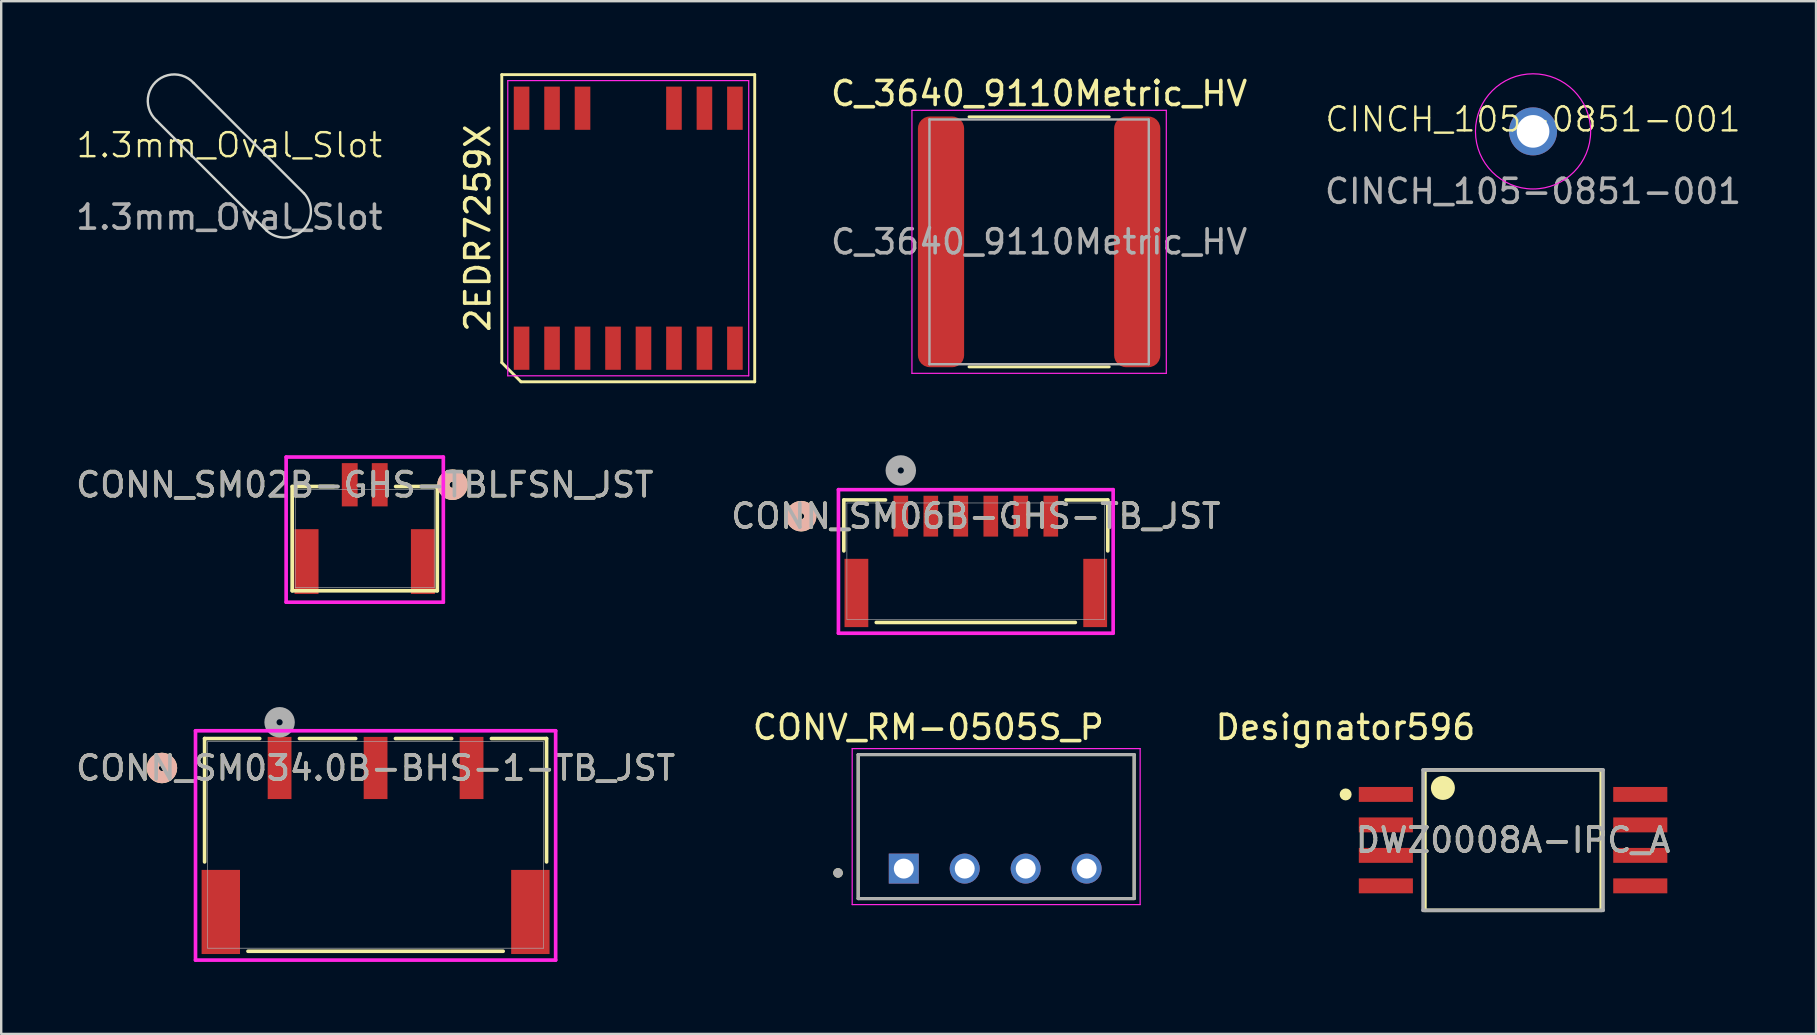
<source format=kicad_pcb>
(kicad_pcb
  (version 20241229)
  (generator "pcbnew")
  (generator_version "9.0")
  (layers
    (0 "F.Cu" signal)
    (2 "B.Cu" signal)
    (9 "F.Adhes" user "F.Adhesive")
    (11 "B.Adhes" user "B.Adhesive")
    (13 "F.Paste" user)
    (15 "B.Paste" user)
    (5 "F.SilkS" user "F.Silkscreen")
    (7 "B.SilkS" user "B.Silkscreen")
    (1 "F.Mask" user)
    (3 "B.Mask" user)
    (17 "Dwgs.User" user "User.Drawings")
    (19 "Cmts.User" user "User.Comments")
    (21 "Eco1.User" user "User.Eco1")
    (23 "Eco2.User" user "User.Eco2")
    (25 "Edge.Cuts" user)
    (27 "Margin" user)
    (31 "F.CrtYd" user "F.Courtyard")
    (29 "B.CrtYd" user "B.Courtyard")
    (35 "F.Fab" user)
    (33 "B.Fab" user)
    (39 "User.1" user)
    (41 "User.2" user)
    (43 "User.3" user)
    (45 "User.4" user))
  (footprint "CONN_SM06B-GHS-TB_JST"
    (layer "F.Cu")
    (at 37.613 20.336)
    (property "Reference" "CONN_SM06B-GHS-TB_JST" (at 0 -1.876 0) (unlocked yes) (layer "F.SilkS") (effects (font (size 1 1) (thickness 0.15))))
    (attr smd)
    (fp_line (start -5.499 -2.553) (end -5.499 -0.43) (stroke (width 0.152) (type solid)) (layer "F.SilkS"))
    (fp_line (start -4.147 2.553) (end 4.147 2.553) (stroke (width 0.152) (type solid)) (layer "F.SilkS"))
    (fp_line (start -3.763 -2.553) (end -5.499 -2.553) (stroke (width 0.152) (type solid)) (layer "F.SilkS"))
    (fp_line (start 5.499 -2.553) (end 3.763 -2.553) (stroke (width 0.152) (type solid)) (layer "F.SilkS"))
    (fp_line (start 5.499 -0.43) (end 5.499 -2.553) (stroke (width 0.152) (type solid)) (layer "F.SilkS"))
    (fp_circle (center -7.277 -1.876) (end -6.896 -1.876) (stroke (width 0.508) (type solid)) (fill no) (layer "F.SilkS"))
    (fp_circle (center -7.277 -1.876) (end -6.896 -1.876) (stroke (width 0.508) (type solid)) (fill no) (layer "B.SilkS"))
    (fp_line (start -5.724 -2.981) (end -5.724 3.001) (stroke (width 0.152) (type solid)) (layer "F.CrtYd"))
    (fp_line (start -5.724 3.001) (end 5.724 3.001) (stroke (width 0.152) (type solid)) (layer "F.CrtYd"))
    (fp_line (start 5.724 -2.981) (end -5.724 -2.981) (stroke (width 0.152) (type solid)) (layer "F.CrtYd"))
    (fp_line (start 5.724 3.001) (end 5.724 -2.981) (stroke (width 0.152) (type solid)) (layer "F.CrtYd"))
    (fp_line (start -5.372 -2.426) (end -5.372 2.426) (stroke (width 0.025) (type solid)) (layer "F.Fab"))
    (fp_line (start -5.372 2.426) (end 5.372 2.426) (stroke (width 0.025) (type solid)) (layer "F.Fab"))
    (fp_line (start 5.372 -2.426) (end -5.372 -2.426) (stroke (width 0.025) (type solid)) (layer "F.Fab"))
    (fp_line (start 5.372 2.426) (end 5.372 -2.426) (stroke (width 0.025) (type solid)) (layer "F.Fab"))
    (fp_circle (center -3.125 -3.781) (end -2.744 -3.781) (stroke (width 0.508) (type solid)) (fill no) (layer "F.Fab"))
    (fp_text user "${REFERENCE}" (at 0 -1.876 0) (unlocked yes) (layer "F.Fab") (effects (font (size 1 1) (thickness 0.15))))
    (pad "1" smd rect (at -3.125 -1.876) (size 0.61 1.702) (layers "F.Cu" "F.Mask" "F.Paste"))
    (pad "2" smd rect (at -1.875 -1.876) (size 0.61 1.702) (layers "F.Cu" "F.Mask" "F.Paste"))
    (pad "3" smd rect (at -0.625 -1.876) (size 0.61 1.702) (layers "F.Cu" "F.Mask" "F.Paste"))
    (pad "4" smd rect (at 0.625 -1.876) (size 0.61 1.702) (layers "F.Cu" "F.Mask" "F.Paste"))
    (pad "5" smd rect (at 1.875 -1.876) (size 0.61 1.702) (layers "F.Cu" "F.Mask" "F.Paste"))
    (pad "6" smd rect (at 3.125 -1.876) (size 0.61 1.702) (layers "F.Cu" "F.Mask" "F.Paste"))
    (pad "7" smd rect (at -4.975 1.324) (size 0.991 2.845) (layers "F.Cu" "F.Mask" "F.Paste"))
    (pad "8" smd rect (at 4.975 1.324) (size 0.991 2.845) (layers "F.Cu" "F.Mask" "F.Paste")))
  (footprint "CINCH_105-0851-001"
    (layer "F.Cu")
    (at 60.835 2.425)
    (property "Reference" "CINCH_105-0851-001" (at 0 -0.5 0) (unlocked yes) (layer "F.SilkS") (effects (font (size 1 1) (thickness 0.1))))
    (attr through_hole)
    (fp_circle (center 0 0) (end 2.4 0) (stroke (width 0.05) (type default)) (fill no) (layer "F.CrtYd"))
    (fp_text user "${REFERENCE}" (at 0 2.5 0) (unlocked yes) (layer "F.Fab") (effects (font (size 1 1) (thickness 0.15))))
    (pad "1" thru_hole circle (at 0 0) (size 2 2) (drill 1.36) (layers "*.Cu" "*.Mask")))
  (footprint "CONN_SM034.0B-BHS-1-TB_JST"
    (layer "F.Cu")
    (at 12.601 32.158)
    (property "Reference" "CONN_SM034.0B-BHS-1-TB_JST" (at 0 -3.205 0) (unlocked yes) (layer "F.SilkS") (effects (font (size 1 1) (thickness 0.15))))
    (attr smd)
    (fp_line (start -7.125 -4.432) (end -7.125 0.709) (stroke (width 0.152) (type solid)) (layer "F.SilkS"))
    (fp_line (start -5.317 4.432) (end 5.317 4.432) (stroke (width 0.152) (type solid)) (layer "F.SilkS"))
    (fp_line (start -4.828 -4.432) (end -7.125 -4.432) (stroke (width 0.152) (type solid)) (layer "F.SilkS"))
    (fp_line (start -0.828 -4.432) (end -3.172 -4.432) (stroke (width 0.152) (type solid)) (layer "F.SilkS"))
    (fp_line (start 3.172 -4.432) (end 0.828 -4.432) (stroke (width 0.152) (type solid)) (layer "F.SilkS"))
    (fp_line (start 7.125 -4.432) (end 4.828 -4.432) (stroke (width 0.152) (type solid)) (layer "F.SilkS"))
    (fp_line (start 7.125 0.709) (end 7.125 -4.432) (stroke (width 0.152) (type solid)) (layer "F.SilkS"))
    (fp_circle (center -8.903 -3.205) (end -8.522 -3.205) (stroke (width 0.508) (type solid)) (fill no) (layer "F.SilkS"))
    (fp_circle (center -8.903 -3.205) (end -8.522 -3.205) (stroke (width 0.508) (type solid)) (fill no) (layer "B.SilkS"))
    (fp_line (start -7.504 -4.755) (end -7.504 4.801) (stroke (width 0.152) (type solid)) (layer "F.CrtYd"))
    (fp_line (start -7.504 4.801) (end 7.504 4.801) (stroke (width 0.152) (type solid)) (layer "F.CrtYd"))
    (fp_line (start 7.504 -4.755) (end -7.504 -4.755) (stroke (width 0.152) (type solid)) (layer "F.CrtYd"))
    (fp_line (start 7.504 4.801) (end 7.504 -4.755) (stroke (width 0.152) (type solid)) (layer "F.CrtYd"))
    (fp_line (start -6.998 -4.305) (end -6.998 4.305) (stroke (width 0.025) (type solid)) (layer "F.Fab"))
    (fp_line (start -6.998 4.305) (end 6.998 4.305) (stroke (width 0.025) (type solid)) (layer "F.Fab"))
    (fp_line (start 6.998 -4.305) (end -6.998 -4.305) (stroke (width 0.025) (type solid)) (layer "F.Fab"))
    (fp_line (start 6.998 4.305) (end 6.998 -4.305) (stroke (width 0.025) (type solid)) (layer "F.Fab"))
    (fp_circle (center -4 -5.11) (end -3.619 -5.11) (stroke (width 0.508) (type solid)) (fill no) (layer "F.Fab"))
    (fp_text user "${REFERENCE}" (at 0 -3.205 0) (unlocked yes) (layer "F.Fab") (effects (font (size 1 1) (thickness 0.15))))
    (pad "1" smd rect (at -4 -3.205) (size 0.991 2.591) (layers "F.Cu" "F.Mask" "F.Paste"))
    (pad "2" smd rect (at 0 -3.205) (size 0.991 2.591) (layers "F.Cu" "F.Mask" "F.Paste"))
    (pad "3" smd rect (at 4 -3.205) (size 0.991 2.591) (layers "F.Cu" "F.Mask" "F.Paste"))
    (pad "4" smd rect (at -6.45 2.795) (size 1.6 3.505) (layers "F.Cu" "F.Mask" "F.Paste"))
    (pad "5" smd rect (at 6.45 2.795) (size 1.6 3.505) (layers "F.Cu" "F.Mask" "F.Paste")))
  (footprint "2EDR7259X"
    (layer "F.Cu")
    (at 23.13 6.46)
    (property "Reference" "2EDR7259X" (at -6.27 0 90) (layer "F.SilkS") (effects (font (size 1 1) (thickness 0.15))))
    (attr smd)
    (fp_line (start -5.27 -6.4) (end 5.27 -6.4) (stroke (width 0.12) (type default)) (layer "F.SilkS"))
    (fp_line (start -5.27 5.6) (end -5.27 -6.4) (stroke (width 0.12) (type default)) (layer "F.SilkS"))
    (fp_line (start -4.47 6.4) (end -5.27 5.6) (stroke (width 0.12) (type default)) (layer "F.SilkS"))
    (fp_line (start 5.27 -6.4) (end 5.27 6.4) (stroke (width 0.12) (type default)) (layer "F.SilkS"))
    (fp_line (start 5.27 6.4) (end -4.47 6.4) (stroke (width 0.12) (type default)) (layer "F.SilkS"))
    (fp_line (start -5.02 -6.15) (end 5.02 -6.15) (stroke (width 0.05) (type default)) (layer "F.CrtYd"))
    (fp_line (start -5.02 6.15) (end -5.02 -6.15) (stroke (width 0.05) (type default)) (layer "F.CrtYd"))
    (fp_line (start 5.02 -6.15) (end 5.02 6.15) (stroke (width 0.05) (type default)) (layer "F.CrtYd"))
    (fp_line (start 5.02 6.15) (end -5.02 6.15) (stroke (width 0.05) (type default)) (layer "F.CrtYd"))
    (pad "1" smd rect (at -4.445 5) (size 0.65 1.8) (layers "F.Cu" "F.Mask" "F.Paste"))
    (pad "2" smd rect (at -3.175 5) (size 0.65 1.8) (layers "F.Cu" "F.Mask" "F.Paste"))
    (pad "3" smd rect (at -1.905 5) (size 0.65 1.8) (layers "F.Cu" "F.Mask" "F.Paste"))
    (pad "4" smd rect (at -0.635 5) (size 0.65 1.8) (layers "F.Cu" "F.Mask" "F.Paste"))
    (pad "5" smd rect (at 0.635 5) (size 0.65 1.8) (layers "F.Cu" "F.Mask" "F.Paste"))
    (pad "6" smd rect (at 1.905 5) (size 0.65 1.8) (layers "F.Cu" "F.Mask" "F.Paste"))
    (pad "7" smd rect (at 3.175 5) (size 0.65 1.8) (layers "F.Cu" "F.Mask" "F.Paste"))
    (pad "8" smd rect (at 4.445 5) (size 0.65 1.8) (layers "F.Cu" "F.Mask" "F.Paste"))
    (pad "9" smd rect (at 4.445 -5) (size 0.65 1.8) (layers "F.Cu" "F.Mask" "F.Paste"))
    (pad "10" smd rect (at 3.175 -5) (size 0.65 1.8) (layers "F.Cu" "F.Mask" "F.Paste"))
    (pad "11" smd rect (at 1.905 -5) (size 0.65 1.8) (layers "F.Cu" "F.Mask" "F.Paste"))
    (pad "12" smd rect (at -1.905 -5) (size 0.65 1.8) (layers "F.Cu" "F.Mask" "F.Paste"))
    (pad "13" smd rect (at -3.175 -5) (size 0.65 1.8) (layers "F.Cu" "F.Mask" "F.Paste"))
    (pad "14" smd rect (at -4.445 -5) (size 0.65 1.8) (layers "F.Cu" "F.Mask" "F.Paste")))
  (footprint "C_3640_9110Metric_HV"
    (layer "F.Cu")
    (at 40.252 7.028)
    (property "Reference" "C_3640_9110Metric_HV" (at 0 -6.18 0) (layer "F.SilkS") (effects (font (size 1 1) (thickness 0.15))))
    (attr smd)
    (fp_line (start -2.922 -5.21) (end 2.922 -5.21) (stroke (width 0.12) (type solid)) (layer "F.SilkS"))
    (fp_line (start -2.922 5.21) (end 2.922 5.21) (stroke (width 0.12) (type solid)) (layer "F.SilkS"))
    (fp_line (start -5.3 -5.48) (end 5.3 -5.48) (stroke (width 0.05) (type solid)) (layer "F.CrtYd"))
    (fp_line (start -5.3 5.48) (end -5.3 -5.48) (stroke (width 0.05) (type solid)) (layer "F.CrtYd"))
    (fp_line (start 5.3 -5.48) (end 5.3 5.48) (stroke (width 0.05) (type solid)) (layer "F.CrtYd"))
    (fp_line (start 5.3 5.48) (end -5.3 5.48) (stroke (width 0.05) (type solid)) (layer "F.CrtYd"))
    (fp_line (start -4.57 -5.1) (end 4.57 -5.1) (stroke (width 0.1) (type solid)) (layer "F.Fab"))
    (fp_line (start -4.57 5.1) (end -4.57 -5.1) (stroke (width 0.1) (type solid)) (layer "F.Fab"))
    (fp_line (start 4.57 -5.1) (end 4.57 5.1) (stroke (width 0.1) (type solid)) (layer "F.Fab"))
    (fp_line (start 4.57 5.1) (end -4.57 5.1) (stroke (width 0.1) (type solid)) (layer "F.Fab"))
    (fp_text user "${REFERENCE}" (at 0 0 0) (layer "F.Fab") (effects (font (size 1 1) (thickness 0.15))))
    (pad "1" smd roundrect (at -4.088 0) (size 1.925 10.45) (layers "F.Cu" "F.Mask" "F.Paste") (roundrect_rratio 0.26))
    (pad "2" smd roundrect (at 4.088 0) (size 1.925 10.45) (layers "F.Cu" "F.Mask" "F.Paste") (roundrect_rratio 0.26)))
  (footprint "1.3mm_Oval_Slot"
    (layer "F.Cu")
    (at 6.506 3.499)
    (property "Reference" "1.3mm_Oval_Slot" (at 0 -0.5 0) (unlocked yes) (layer "F.SilkS") (effects (font (size 1 1) (thickness 0.1))))
    (fp_line (start -3.041 -1.535) (end 1.556 3.061) (stroke (width 0.1) (type default)) (layer "Edge.Cuts"))
    (fp_line (start -1.485 -3.091) (end 3.111 1.506) (stroke (width 0.1) (type default)) (layer "Edge.Cuts"))
    (fp_arc (start -3.040559 -1.534926) (mid -3.076717 -3.126717) (end -1.484926 -3.090559) (stroke (width 0.1) (type default)) (layer "Edge.Cuts"))
    (fp_arc (start 3.111268 1.505635) (mid 3.076717 3.026717) (end 1.555635 3.061268) (stroke (width 0.1) (type default)) (layer "Edge.Cuts"))
    (fp_text user "${REFERENCE}" (at 0 2.5 0) (unlocked yes) (layer "F.Fab") (effects (font (size 1 1) (thickness 0.15)))))
  (footprint "CONV_RM-0505S_P"
    (layer "F.Cu")
    (at 38.462 31.396)
    (property "Reference" "CONV_RM-0505S_P" (at -2.825 -4.135 0) (layer "F.SilkS") (effects (font (size 1 1) (thickness 0.15))))
    (attr through_hole)
    (fp_line (start -5.75 -3) (end 5.75 -3) (stroke (width 0.127) (type solid)) (layer "F.SilkS"))
    (fp_line (start -5.75 3) (end -5.75 -3) (stroke (width 0.127) (type solid)) (layer "F.SilkS"))
    (fp_line (start 5.75 -3) (end 5.75 3) (stroke (width 0.127) (type solid)) (layer "F.SilkS"))
    (fp_line (start 5.75 3) (end -5.75 3) (stroke (width 0.127) (type solid)) (layer "F.SilkS"))
    (fp_circle (center -6.59 1.93) (end -6.49 1.93) (stroke (width 0.2) (type solid)) (fill no) (layer "F.SilkS"))
    (fp_line (start -6 -3.25) (end 6 -3.25) (stroke (width 0.05) (type solid)) (layer "F.CrtYd"))
    (fp_line (start -6 3.25) (end -6 -3.25) (stroke (width 0.05) (type solid)) (layer "F.CrtYd"))
    (fp_line (start 6 -3.25) (end 6 3.25) (stroke (width 0.05) (type solid)) (layer "F.CrtYd"))
    (fp_line (start 6 3.25) (end -6 3.25) (stroke (width 0.05) (type solid)) (layer "F.CrtYd"))
    (fp_line (start -5.75 -3) (end -5.75 3) (stroke (width 0.127) (type solid)) (layer "F.Fab"))
    (fp_line (start -5.75 3) (end 5.75 3) (stroke (width 0.127) (type solid)) (layer "F.Fab"))
    (fp_line (start 5.75 -3) (end -5.75 -3) (stroke (width 0.127) (type solid)) (layer "F.Fab"))
    (fp_line (start 5.75 3) (end 5.75 -3) (stroke (width 0.127) (type solid)) (layer "F.Fab"))
    (fp_circle (center -6.59 1.93) (end -6.49 1.93) (stroke (width 0.2) (type solid)) (fill no) (layer "F.Fab"))
    (pad "1" thru_hole rect (at -3.85 1.75) (size 1.25 1.25) (drill 0.83) (layers "*.Cu" "*.Mask"))
    (pad "2" thru_hole circle (at -1.31 1.75) (size 1.25 1.25) (drill 0.83) (layers "*.Cu" "*.Mask"))
    (pad "3" thru_hole circle (at 1.23 1.75) (size 1.25 1.25) (drill 0.83) (layers "*.Cu" "*.Mask"))
    (pad "4" thru_hole circle (at 3.77 1.75) (size 1.25 1.25) (drill 0.83) (layers "*.Cu" "*.Mask")))
  (footprint "CONN_SM02B-GHS-TBLFSN_JST"
    (layer "F.Cu")
    (at 12.149 19.396)
    (property "Reference" "CONN_SM02B-GHS-TBLFSN_JST" (at 0 -2.245 0) (unlocked yes) (layer "F.SilkS") (effects (font (size 1 1) (thickness 0.15))))
    (attr smd)
    (fp_line (start -3.023 -2.172) (end -3.023 2.172) (stroke (width 0.152) (type solid)) (layer "F.SilkS"))
    (fp_line (start -3.023 2.172) (end 3.023 2.172) (stroke (width 0.152) (type solid)) (layer "F.SilkS"))
    (fp_line (start -1.288 -2.172) (end -3.023 -2.172) (stroke (width 0.152) (type solid)) (layer "F.SilkS"))
    (fp_line (start 3.023 -2.172) (end 1.288 -2.172) (stroke (width 0.152) (type solid)) (layer "F.SilkS"))
    (fp_line (start 3.023 2.172) (end 3.023 -2.172) (stroke (width 0.152) (type solid)) (layer "F.SilkS"))
    (fp_circle (center 3.658 -2.245) (end 4.039 -2.245) (stroke (width 0.508) (type solid)) (fill no) (layer "F.SilkS"))
    (fp_circle (center 3.658 -2.245) (end 4.039 -2.245) (stroke (width 0.508) (type solid)) (fill no) (layer "B.SilkS"))
    (fp_line (start -3.275 -3.4) (end -3.275 2.649) (stroke (width 0.152) (type solid)) (layer "F.CrtYd"))
    (fp_line (start -3.275 2.649) (end 3.275 2.649) (stroke (width 0.152) (type solid)) (layer "F.CrtYd"))
    (fp_line (start 3.275 -3.4) (end -3.275 -3.4) (stroke (width 0.152) (type solid)) (layer "F.CrtYd"))
    (fp_line (start 3.275 2.649) (end 3.275 -3.4) (stroke (width 0.152) (type solid)) (layer "F.CrtYd"))
    (fp_line (start -2.896 -2.045) (end -2.896 2.045) (stroke (width 0.025) (type solid)) (layer "F.Fab"))
    (fp_line (start -2.896 2.045) (end 2.896 2.045) (stroke (width 0.025) (type solid)) (layer "F.Fab"))
    (fp_line (start 2.896 -2.045) (end -2.896 -2.045) (stroke (width 0.025) (type solid)) (layer "F.Fab"))
    (fp_line (start 2.896 2.045) (end 2.896 -2.045) (stroke (width 0.025) (type solid)) (layer "F.Fab"))
    (fp_text user "${REFERENCE}" (at 0 -2.245 0) (unlocked yes) (layer "F.Fab") (effects (font (size 1 1) (thickness 0.15))))
    (pad "" smd rect (at -2.425 0.955) (size 1 2.7) (layers "F.Cu" "F.Mask" "F.Paste"))
    (pad "" smd rect (at 2.425 0.955) (size 1 2.7) (layers "F.Cu" "F.Mask" "F.Paste"))
    (pad "1" smd rect (at 0.625 -2.245) (size 0.66 1.803) (layers "F.Cu" "F.Mask" "F.Paste"))
    (pad "2" smd rect (at -0.625 -2.245) (size 0.66 1.803) (layers "F.Cu" "F.Mask" "F.Paste")))
  (footprint "DWZ0008A-IPC_A"
    (layer "F.Cu")
    (at 60.002 31.96)
    (property "Reference" "DWZ0008A-IPC_A" (at 0 0 0) (unlocked yes) (layer "F.SilkS") (effects (font (size 1 1) (thickness 0.15))))
    (attr smd)
    (fp_line (start -3.674 -2.925) (end 3.674 -2.925) (stroke (width 0.15) (type solid)) (layer "F.SilkS"))
    (fp_line (start -3.674 2.925) (end -3.674 -2.925) (stroke (width 0.15) (type solid)) (layer "F.SilkS"))
    (fp_line (start -3.674 2.925) (end 3.674 2.925) (stroke (width 0.15) (type solid)) (layer "F.SilkS"))
    (fp_line (start 3.674 2.925) (end 3.674 -2.925) (stroke (width 0.15) (type solid)) (layer "F.SilkS"))
    (fp_circle (center -6.977 -1.905) (end -6.852 -1.905) (stroke (width 0.25) (type solid)) (fill no) (layer "F.SilkS"))
    (fp_circle (center -2.924 -2.175) (end -2.674 -2.175) (stroke (width 0.5) (type solid)) (fill no) (layer "F.SilkS"))
    (fp_line (start -3.75 -2.925) (end 3.75 -2.925) (stroke (width 0.15) (type solid)) (layer "F.Fab"))
    (fp_line (start -3.75 2.925) (end -3.75 -2.925) (stroke (width 0.15) (type solid)) (layer "F.Fab"))
    (fp_line (start -3.75 2.925) (end 3.75 2.925) (stroke (width 0.15) (type solid)) (layer "F.Fab"))
    (fp_line (start 3.75 2.925) (end 3.75 -2.925) (stroke (width 0.15) (type solid)) (layer "F.Fab"))
    (fp_text user "Designator596" (at -6.985 -4.699 0) (unlocked yes) (layer "F.SilkS") (effects (font (size 1 1) (thickness 0.15))))
    (fp_text user "${REFERENCE}" (at 0 0 0) (unlocked yes) (layer "F.Fab") (effects (font (size 1 1) (thickness 0.15))))
    (pad "1" smd rect (at -5.301 -1.905) (size 2.254 0.622) (layers "F.Cu" "F.Mask" "F.Paste"))
    (pad "2" smd rect (at -5.301 -0.635) (size 2.254 0.622) (layers "F.Cu" "F.Mask" "F.Paste"))
    (pad "3" smd rect (at -5.301 0.635) (size 2.254 0.622) (layers "F.Cu" "F.Mask" "F.Paste"))
    (pad "4" smd rect (at -5.301 1.905) (size 2.254 0.622) (layers "F.Cu" "F.Mask" "F.Paste"))
    (pad "5" smd rect (at 5.301 1.905) (size 2.254 0.622) (layers "F.Cu" "F.Mask" "F.Paste"))
    (pad "6" smd rect (at 5.301 0.635) (size 2.254 0.622) (layers "F.Cu" "F.Mask" "F.Paste"))
    (pad "7" smd rect (at 5.301 -0.635) (size 2.254 0.622) (layers "F.Cu" "F.Mask" "F.Paste"))
    (pad "8" smd rect (at 5.301 -1.905) (size 2.254 0.622) (layers "F.Cu" "F.Mask" "F.Paste")))
  (gr_rect
    (start -3 -3)
    (end 72.627 40.035)
    (stroke (width 0.1) (type default))
    (fill no)
    (layer "Edge.Cuts")))
</source>
